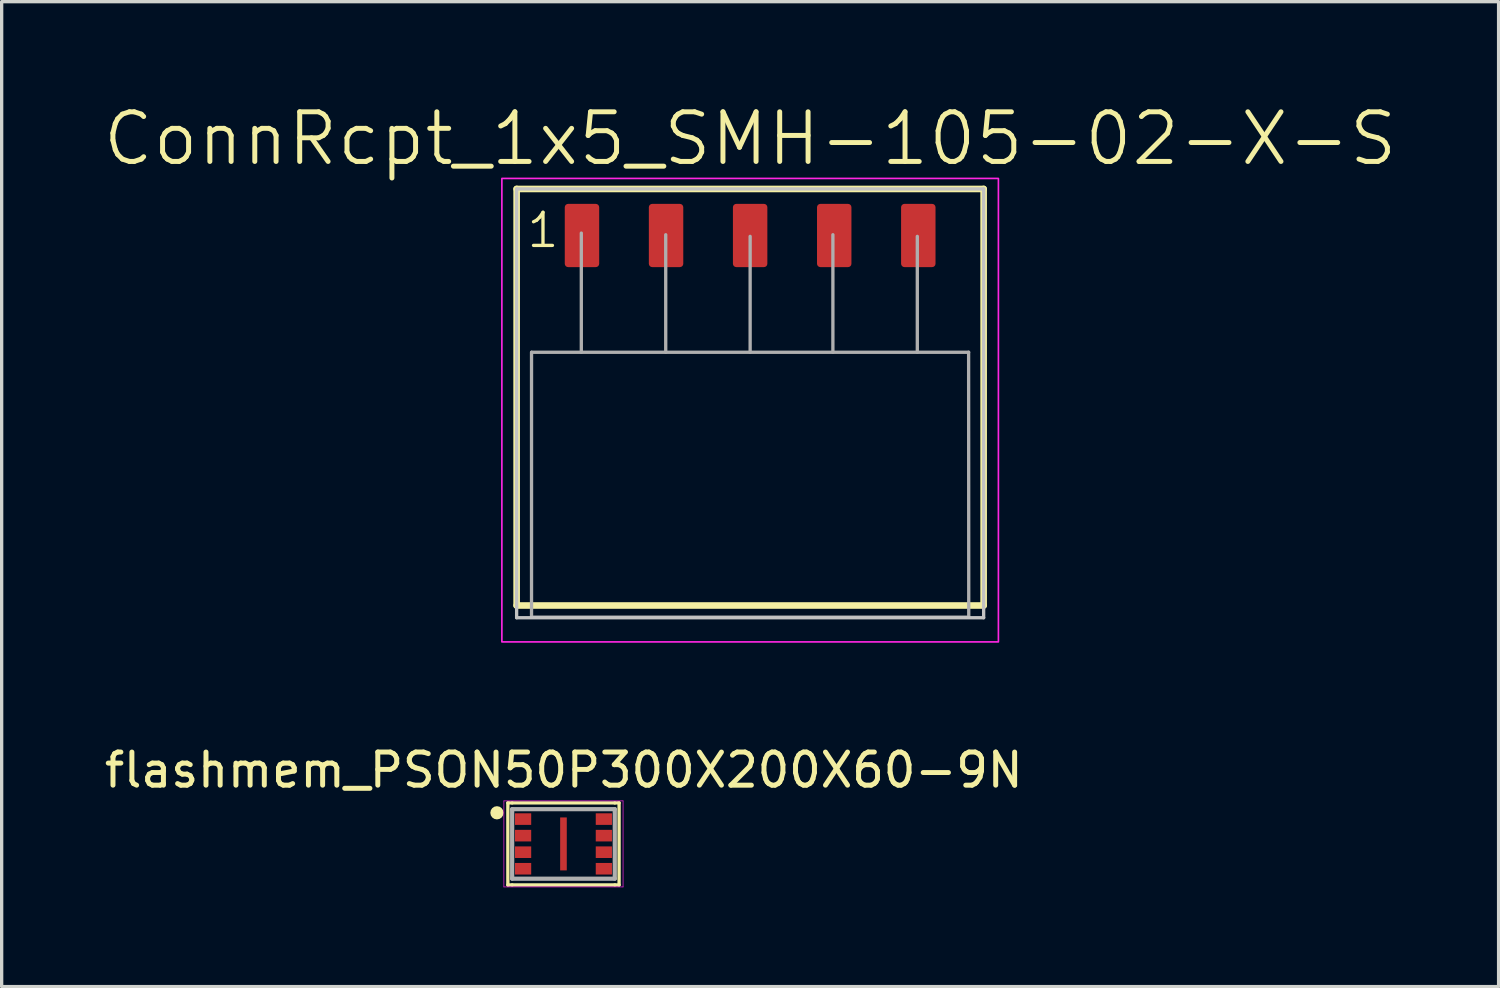
<source format=kicad_pcb>
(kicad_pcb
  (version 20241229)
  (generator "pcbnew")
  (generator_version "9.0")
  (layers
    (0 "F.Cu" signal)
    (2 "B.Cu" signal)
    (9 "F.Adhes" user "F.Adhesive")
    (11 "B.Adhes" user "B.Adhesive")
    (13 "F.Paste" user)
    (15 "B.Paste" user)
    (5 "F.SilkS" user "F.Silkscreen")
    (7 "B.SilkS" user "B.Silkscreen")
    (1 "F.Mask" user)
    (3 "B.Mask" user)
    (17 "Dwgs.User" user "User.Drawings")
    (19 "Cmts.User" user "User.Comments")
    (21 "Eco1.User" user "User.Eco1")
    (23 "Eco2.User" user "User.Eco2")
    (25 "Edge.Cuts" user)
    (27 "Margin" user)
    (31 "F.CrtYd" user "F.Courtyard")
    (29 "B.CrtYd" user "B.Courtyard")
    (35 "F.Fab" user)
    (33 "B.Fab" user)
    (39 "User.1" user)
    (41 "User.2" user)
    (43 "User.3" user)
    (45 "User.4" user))
  (footprint "flashmem_PSON50P300X200X60-9N"
    (layer "F.Cu")
    (at 13.972 22.444)
    (property "Reference" "flashmem_PSON50P300X200X60-9N" (at 0.01 -2.23 0) (layer "F.SilkS") (effects (font (size 1 1) (thickness 0.15))))
    (attr smd)
    (fp_line (start -1.68 -1.24) (end -1.68 1.24) (stroke (width 0.1) (type default)) (layer "F.SilkS"))
    (fp_line (start -1.68 1.24) (end -1.55 1.239) (stroke (width 0.1) (type default)) (layer "F.SilkS"))
    (fp_line (start -1.55 -1.239) (end -1.68 -1.24) (stroke (width 0.1) (type default)) (layer "F.SilkS"))
    (fp_line (start -1.55 -1.239) (end 1.55 -1.239) (stroke (width 0.1) (type solid)) (layer "F.SilkS"))
    (fp_line (start -1.55 1.239) (end 1.55 1.239) (stroke (width 0.1) (type solid)) (layer "F.SilkS"))
    (fp_line (start 1.55 -1.239) (end 1.68 -1.24) (stroke (width 0.1) (type default)) (layer "F.SilkS"))
    (fp_line (start 1.68 -1.24) (end 1.68 1.24) (stroke (width 0.1) (type default)) (layer "F.SilkS"))
    (fp_line (start 1.68 1.24) (end 1.55 1.239) (stroke (width 0.1) (type default)) (layer "F.SilkS"))
    (fp_circle (center -2.01 -0.94) (end -1.91 -0.94) (stroke (width 0.2) (type solid)) (fill no) (layer "F.SilkS"))
    (fp_line (start -1.8 -1.3) (end 1.8 -1.3) (stroke (width 0.02) (type solid)) (layer "F.CrtYd"))
    (fp_line (start -1.8 1.3) (end -1.8 -1.3) (stroke (width 0.02) (type solid)) (layer "F.CrtYd"))
    (fp_line (start 1.8 -1.3) (end 1.8 1.3) (stroke (width 0.02) (type solid)) (layer "F.CrtYd"))
    (fp_line (start 1.8 1.3) (end -1.8 1.3) (stroke (width 0.02) (type solid)) (layer "F.CrtYd"))
    (fp_line (start -1.55 -1.05) (end 1.55 -1.05) (stroke (width 0.127) (type solid)) (layer "F.Fab"))
    (fp_line (start -1.55 1.05) (end -1.55 -1.05) (stroke (width 0.127) (type solid)) (layer "F.Fab"))
    (fp_line (start 1.55 -1.05) (end 1.55 1.05) (stroke (width 0.127) (type solid)) (layer "F.Fab"))
    (fp_line (start 1.55 1.05) (end -1.55 1.05) (stroke (width 0.127) (type solid)) (layer "F.Fab"))
    (pad "1" smd rect (at -1.22 -0.75) (size 0.49 0.35) (layers "F.Cu" "F.Mask" "F.Paste"))
    (pad "2" smd rect (at -1.22 -0.25) (size 0.49 0.35) (layers "F.Cu" "F.Mask" "F.Paste"))
    (pad "3" smd rect (at -1.22 0.25) (size 0.49 0.35) (layers "F.Cu" "F.Mask" "F.Paste"))
    (pad "4" smd rect (at -1.22 0.75) (size 0.49 0.35) (layers "F.Cu" "F.Mask" "F.Paste"))
    (pad "5" smd rect (at 1.22 0.75 180) (size 0.49 0.35) (layers "F.Cu" "F.Mask" "F.Paste"))
    (pad "6" smd rect (at 1.22 0.25 180) (size 0.49 0.35) (layers "F.Cu" "F.Mask" "F.Paste"))
    (pad "7" smd rect (at 1.22 -0.25 180) (size 0.49 0.35) (layers "F.Cu" "F.Mask" "F.Paste"))
    (pad "8" smd rect (at 1.22 -0.75 180) (size 0.49 0.35) (layers "F.Cu" "F.Mask" "F.Paste"))
    (pad "9" smd rect (at 0 0) (size 0.2 1.6) (layers "F.Cu" "F.Mask" "F.Paste")))
  (footprint "ConnRcpt_1x5_SMH-105-02-X-S"
    (layer "F.Cu")
    (at 19.611 11.341)
    (property "Reference" "ConnRcpt_1x5_SMH-105-02-X-S" (at 0 -10.2 0) (layer "F.SilkS") (effects (font (size 1.5 1.5) (thickness 0.15))))
    (attr smd)
    (fp_line (start -7.054 -8.683) (end -7.054 3.9) (stroke (width 0.2) (type solid)) (layer "F.SilkS"))
    (fp_line (start -7.054 3.9) (end 7.054 3.9) (stroke (width 0.2) (type solid)) (layer "F.SilkS"))
    (fp_line (start 7.054 -8.683) (end -7.054 -8.683) (stroke (width 0.2) (type solid)) (layer "F.SilkS"))
    (fp_line (start 7.054 3.9) (end 7.054 -8.683) (stroke (width 0.2) (type solid)) (layer "F.SilkS"))
    (fp_line (start -7.054 -8.683) (end -7.054 4.27) (stroke (width 0.1) (type solid)) (layer "Dwgs.User"))
    (fp_line (start -7.054 4.27) (end 7.054 4.27) (stroke (width 0.1) (type solid)) (layer "Dwgs.User"))
    (fp_line (start 7.054 -8.683) (end -7.054 -8.683) (stroke (width 0.1) (type solid)) (layer "Dwgs.User"))
    (fp_line (start 7.054 4.27) (end 7.054 -8.683) (stroke (width 0.1) (type solid)) (layer "Dwgs.User"))
    (fp_rect (start -7.5 -9) (end 7.5 5) (stroke (width 0.05) (type default)) (fill no) (layer "F.CrtYd"))
    (fp_line (start -6.604 4.254) (end -6.604 -3.75) (stroke (width 0.1) (type solid)) (layer "F.Fab"))
    (fp_line (start -6.604 4.254) (end 6.604 4.254) (stroke (width 0.1) (type default)) (layer "F.Fab"))
    (fp_line (start -5.1 -7.35) (end -5.1 -3.75) (stroke (width 0.1) (type default)) (layer "F.Fab"))
    (fp_line (start -2.55 -7.3) (end -2.55 -3.75) (stroke (width 0.1) (type default)) (layer "F.Fab"))
    (fp_line (start 0 -7.25) (end 0 -3.75) (stroke (width 0.1) (type default)) (layer "F.Fab"))
    (fp_line (start 2.5 -7.3) (end 2.5 -3.75) (stroke (width 0.1) (type default)) (layer "F.Fab"))
    (fp_line (start 5.05 -7.25) (end 5.05 -3.75) (stroke (width 0.1) (type default)) (layer "F.Fab"))
    (fp_line (start 6.6 -3.75) (end -6.6 -3.75) (stroke (width 0.1) (type default)) (layer "F.Fab"))
    (fp_line (start 6.604 4.254) (end 6.6 -3.75) (stroke (width 0.1) (type solid)) (layer "F.Fab"))
    (fp_text user "1" (at -6.8 -6.85 0) (unlocked yes) (layer "F.SilkS") (effects (font (size 1 1) (thickness 0.1)) (justify left bottom)))
    (pad "1" smd roundrect (at -5.08 -7.277) (size 1.04 1.91) (layers "F.Cu" "F.Mask" "F.Paste") (roundrect_rratio 0.098))
    (pad "2" smd roundrect (at -2.54 -7.277) (size 1.04 1.91) (layers "F.Cu" "F.Mask" "F.Paste") (roundrect_rratio 0.098))
    (pad "3" smd roundrect (at 0 -7.277) (size 1.04 1.91) (layers "F.Cu" "F.Mask" "F.Paste") (roundrect_rratio 0.098))
    (pad "4" smd roundrect (at 2.54 -7.277) (size 1.04 1.91) (layers "F.Cu" "F.Mask" "F.Paste") (roundrect_rratio 0.098))
    (pad "5" smd roundrect (at 5.08 -7.277) (size 1.04 1.91) (layers "F.Cu" "F.Mask" "F.Paste") (roundrect_rratio 0.098)))
  (gr_rect
    (start -3 -3)
    (end 42.221 26.754)
    (stroke (width 0.1) (type default))
    (fill no)
    (layer "Edge.Cuts")))
</source>
